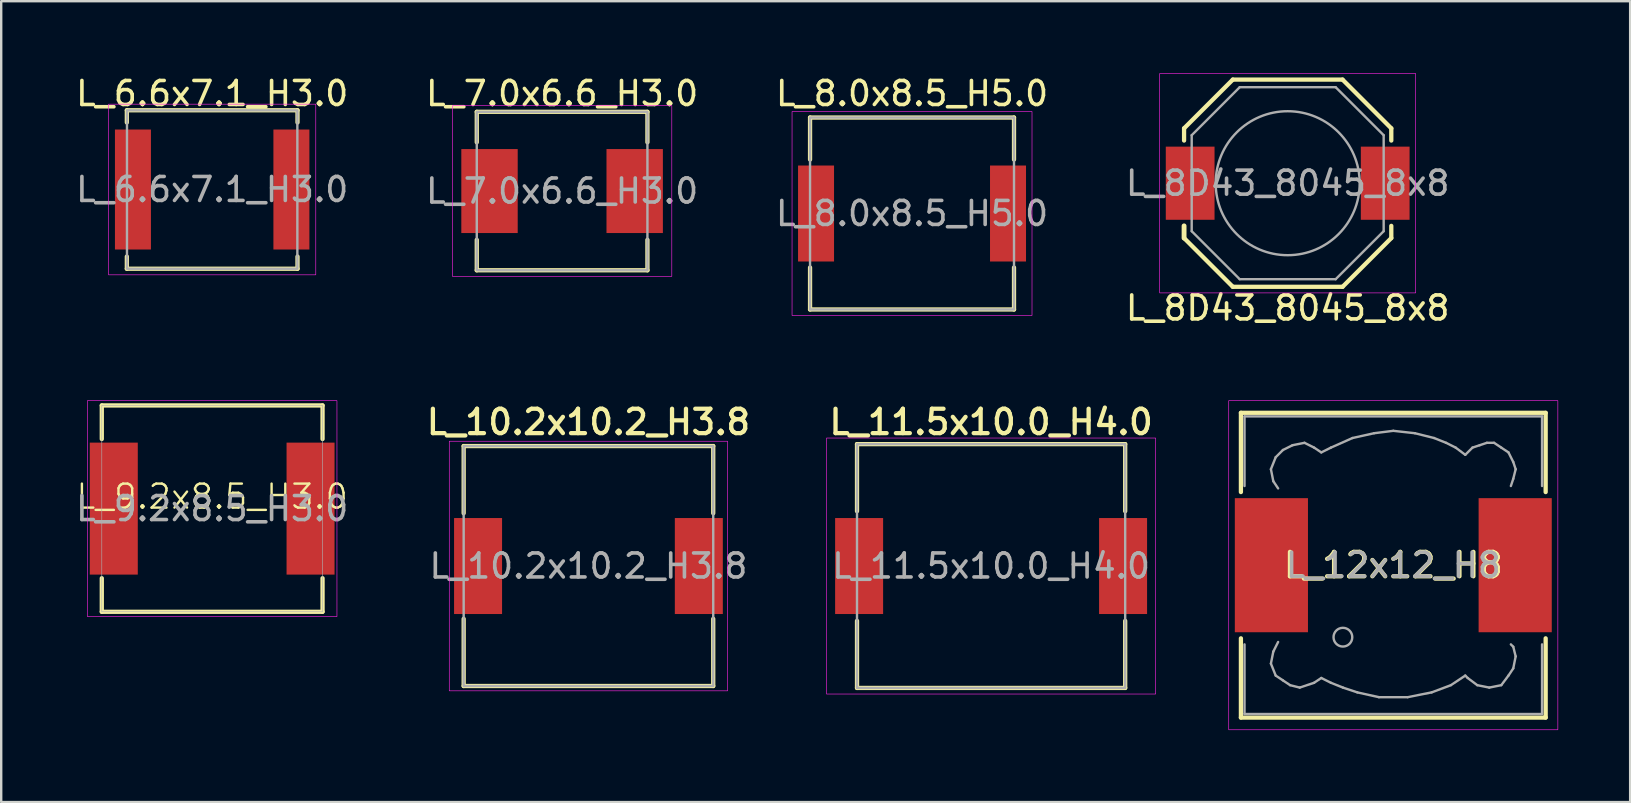
<source format=kicad_pcb>
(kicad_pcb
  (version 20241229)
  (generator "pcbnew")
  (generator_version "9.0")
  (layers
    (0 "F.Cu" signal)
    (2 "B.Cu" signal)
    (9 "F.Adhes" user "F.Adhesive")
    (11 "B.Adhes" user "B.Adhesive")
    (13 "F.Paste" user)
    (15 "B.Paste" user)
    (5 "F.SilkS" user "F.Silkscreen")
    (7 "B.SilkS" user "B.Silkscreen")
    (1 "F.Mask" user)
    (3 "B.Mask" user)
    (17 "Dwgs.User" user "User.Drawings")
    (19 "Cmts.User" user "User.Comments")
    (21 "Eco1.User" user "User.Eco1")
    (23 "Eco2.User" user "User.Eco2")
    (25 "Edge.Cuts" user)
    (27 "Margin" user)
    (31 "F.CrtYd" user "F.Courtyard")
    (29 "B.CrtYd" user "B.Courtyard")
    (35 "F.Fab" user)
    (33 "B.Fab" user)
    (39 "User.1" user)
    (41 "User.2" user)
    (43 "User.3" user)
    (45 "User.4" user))
  (footprint "L_8D43_8045_8x8"
    (layer "F.Cu")
    (at 50.613 4.585)
    (property "Reference" "L_8D43_8045_8x8" (at 0 5.2 0) (layer "F.SilkS") (effects (font (size 1 1) (thickness 0.15))))
    (attr smd)
    (fp_line (start -4.318 -2.286) (end -4.318 -1.778) (stroke (width 0.178) (type solid)) (layer "F.SilkS"))
    (fp_line (start -4.318 1.778) (end -4.318 2.286) (stroke (width 0.203) (type solid)) (layer "F.SilkS"))
    (fp_line (start -4.318 2.286) (end -2.286 4.318) (stroke (width 0.178) (type solid)) (layer "F.SilkS"))
    (fp_line (start -2.286 -4.318) (end -4.318 -2.286) (stroke (width 0.178) (type solid)) (layer "F.SilkS"))
    (fp_line (start -2.286 -4.318) (end 2.286 -4.318) (stroke (width 0.178) (type solid)) (layer "F.SilkS"))
    (fp_line (start -2.286 4.318) (end 2.286 4.318) (stroke (width 0.178) (type solid)) (layer "F.SilkS"))
    (fp_line (start 2.286 4.318) (end 4.318 2.286) (stroke (width 0.178) (type solid)) (layer "F.SilkS"))
    (fp_line (start 4.318 -2.286) (end 2.286 -4.318) (stroke (width 0.178) (type solid)) (layer "F.SilkS"))
    (fp_line (start 4.318 -1.778) (end 4.318 -2.286) (stroke (width 0.178) (type solid)) (layer "F.SilkS"))
    (fp_line (start 4.318 1.778) (end 4.318 2.286) (stroke (width 0.178) (type solid)) (layer "F.SilkS"))
    (fp_rect (start -5.334 -4.572) (end 5.334 4.572) (stroke (width 0.025) (type solid)) (fill no) (layer "F.CrtYd"))
    (fp_line (start -4 -2) (end -2 -4) (stroke (width 0.1) (type solid)) (layer "F.Fab"))
    (fp_line (start -4 2) (end -4 -2) (stroke (width 0.1) (type solid)) (layer "F.Fab"))
    (fp_line (start -2 -4) (end 2 -4) (stroke (width 0.1) (type solid)) (layer "F.Fab"))
    (fp_line (start -2 4) (end -4 2) (stroke (width 0.1) (type solid)) (layer "F.Fab"))
    (fp_line (start 2 -4) (end 4 -2) (stroke (width 0.1) (type solid)) (layer "F.Fab"))
    (fp_line (start 2 4) (end -2 4) (stroke (width 0.1) (type solid)) (layer "F.Fab"))
    (fp_line (start 4 -2) (end 4 2) (stroke (width 0.1) (type solid)) (layer "F.Fab"))
    (fp_line (start 4 2) (end 2 4) (stroke (width 0.1) (type solid)) (layer "F.Fab"))
    (fp_circle (center 0 0) (end 0 -3) (stroke (width 0.1) (type solid)) (fill no) (layer "F.Fab"))
    (fp_text user "${REFERENCE}" (at 0 0 0) (layer "F.Fab") (effects (font (size 1 1) (thickness 0.15))))
    (pad "1" smd rect (at -4.064 0) (size 2.032 3.048) (layers "F.Cu" "F.Mask" "F.Paste"))
    (pad "2" smd rect (at 4.064 0) (size 2.032 3.048) (layers "F.Cu" "F.Mask" "F.Paste")))
  (footprint "L_11.5x10.0_H4.0"
    (layer "F.Cu")
    (at 38.253 20.539)
    (property "Reference" "L_11.5x10.0_H4.0" (at 0 -6 0) (layer "F.SilkS") (effects (font (size 1.016 1.016) (thickness 0.178))))
    (attr smd)
    (fp_line (start -5.588 -5.08) (end 5.588 -5.08) (stroke (width 0.178) (type solid)) (layer "F.SilkS"))
    (fp_line (start -5.588 -2.286) (end -5.588 -5.08) (stroke (width 0.178) (type solid)) (layer "F.SilkS"))
    (fp_line (start -5.588 5.08) (end -5.588 2.286) (stroke (width 0.178) (type solid)) (layer "F.SilkS"))
    (fp_line (start 5.588 -5.08) (end 5.588 -2.286) (stroke (width 0.178) (type solid)) (layer "F.SilkS"))
    (fp_line (start 5.588 2.286) (end 5.588 5.08) (stroke (width 0.178) (type solid)) (layer "F.SilkS"))
    (fp_line (start 5.588 5.08) (end -5.588 5.08) (stroke (width 0.178) (type solid)) (layer "F.SilkS"))
    (fp_rect (start -6.858 5.334) (end 6.858 -5.334) (stroke (width 0.025) (type solid)) (fill no) (layer "F.CrtYd"))
    (fp_rect (start -5.588 -5.08) (end 5.588 5.08) (stroke (width 0.1) (type solid)) (fill no) (layer "F.Fab"))
    (fp_text user "${REFERENCE}" (at 0 0 0) (layer "F.Fab") (effects (font (size 1 1) (thickness 0.15))))
    (pad "1" smd rect (at -5.5 0) (size 2 4) (layers "F.Cu" "F.Mask" "F.Paste"))
    (pad "2" smd rect (at 5.5 0) (size 2 4) (layers "F.Cu" "F.Mask" "F.Paste")))
  (footprint "L_6.6x7.1_H3.0"
    (layer "F.Cu")
    (at 5.792 4.848)
    (property "Reference" "L_6.6x7.1_H3.0" (at 0 -4 0) (unlocked yes) (layer "F.SilkS") (effects (font (size 1 1) (thickness 0.15))))
    (attr smd)
    (fp_line (start -3.556 -3.302) (end 3.556 -3.302) (stroke (width 0.178) (type solid)) (layer "F.SilkS"))
    (fp_line (start -3.556 -2.794) (end -3.556 -3.302) (stroke (width 0.178) (type solid)) (layer "F.SilkS"))
    (fp_line (start -3.556 3.302) (end -3.556 2.794) (stroke (width 0.178) (type solid)) (layer "F.SilkS"))
    (fp_line (start 3.556 -3.302) (end 3.556 -2.794) (stroke (width 0.178) (type solid)) (layer "F.SilkS"))
    (fp_line (start 3.556 2.794) (end 3.556 3.302) (stroke (width 0.178) (type solid)) (layer "F.SilkS"))
    (fp_line (start 3.556 3.302) (end -3.556 3.302) (stroke (width 0.178) (type solid)) (layer "F.SilkS"))
    (fp_rect (start -4.318 -3.556) (end 4.318 3.556) (stroke (width 0.025) (type solid)) (fill no) (layer "F.CrtYd"))
    (fp_rect (start -3.55 -3.3) (end 3.55 3.3) (stroke (width 0.1) (type solid)) (fill no) (layer "F.Fab"))
    (fp_text user "${REFERENCE}" (at 0 0 0) (unlocked yes) (layer "F.Fab") (effects (font (size 1 1) (thickness 0.15))))
    (pad "1" smd rect (at -3.302 0) (size 1.5 5) (layers "F.Cu" "F.Mask" "F.Paste"))
    (pad "2" smd rect (at 3.302 0) (size 1.5 5) (layers "F.Cu" "F.Mask" "F.Paste")))
  (footprint "L_10.2x10.2_H3.8"
    (layer "F.Cu")
    (at 21.473 20.539)
    (property "Reference" "L_10.2x10.2_H3.8" (at 0 -6 0) (layer "F.SilkS") (effects (font (size 1.016 1.016) (thickness 0.178))))
    (attr smd)
    (fp_line (start -5.2 -2.2) (end -5.2 -5) (stroke (width 0.178) (type solid)) (layer "F.SilkS"))
    (fp_line (start -5.2 2.2) (end -5.2 5) (stroke (width 0.178) (type solid)) (layer "F.SilkS"))
    (fp_line (start 5.2 -5) (end -5.2 -5) (stroke (width 0.178) (type solid)) (layer "F.SilkS"))
    (fp_line (start 5.2 -2.2) (end 5.2 -5) (stroke (width 0.178) (type solid)) (layer "F.SilkS"))
    (fp_line (start 5.2 2.2) (end 5.2 5) (stroke (width 0.178) (type solid)) (layer "F.SilkS"))
    (fp_line (start 5.2 5) (end -5.2 5) (stroke (width 0.178) (type solid)) (layer "F.SilkS"))
    (fp_rect (start -5.8 5.2) (end 5.8 -5.2) (stroke (width 0.025) (type solid)) (fill no) (layer "F.CrtYd"))
    (fp_rect (start -5.2 -5) (end 5.2 5) (stroke (width 0.1) (type solid)) (fill no) (layer "F.Fab"))
    (fp_text user "${REFERENCE}" (at 0 0 0) (layer "F.Fab") (effects (font (size 1 1) (thickness 0.15))))
    (pad "1" smd rect (at -4.6 0) (size 2 4) (layers "F.Cu" "F.Mask" "F.Paste"))
    (pad "2" smd rect (at 4.6 0) (size 2 4) (layers "F.Cu" "F.Mask" "F.Paste")))
  (footprint "L_12x12_H8"
    (layer "F.Cu")
    (at 55.014 20.504)
    (property "Reference" "L_12x12_H8" (at 0 0 0) (layer "F.SilkS") (effects (font (size 1.016 1.016) (thickness 0.178))))
    (attr smd)
    (fp_line (start -6.35 -3.048) (end -6.35 -6.35) (stroke (width 0.178) (type solid)) (layer "F.SilkS"))
    (fp_line (start -6.35 3.048) (end -6.35 6.35) (stroke (width 0.178) (type solid)) (layer "F.SilkS"))
    (fp_line (start 6.35 -6.35) (end -6.35 -6.35) (stroke (width 0.178) (type solid)) (layer "F.SilkS"))
    (fp_line (start 6.35 -3.048) (end 6.35 -6.35) (stroke (width 0.178) (type solid)) (layer "F.SilkS"))
    (fp_line (start 6.35 3.048) (end 6.35 6.35) (stroke (width 0.178) (type solid)) (layer "F.SilkS"))
    (fp_line (start 6.35 6.35) (end -6.35 6.35) (stroke (width 0.178) (type solid)) (layer "F.SilkS"))
    (fp_rect (start -6.858 6.858) (end 6.858 -6.858) (stroke (width 0.025) (type solid)) (fill no) (layer "F.CrtYd"))
    (fp_line (start -6.2 -6.2) (end -6.2 -3.3) (stroke (width 0.1) (type solid)) (layer "F.Fab"))
    (fp_line (start -6.2 3.3) (end -6.2 6.2) (stroke (width 0.1) (type solid)) (layer "F.Fab"))
    (fp_line (start -6.2 6.2) (end 6.2 6.2) (stroke (width 0.1) (type solid)) (layer "F.Fab"))
    (fp_line (start -5.1 -4) (end -5 -3.5) (stroke (width 0.1) (type solid)) (layer "F.Fab"))
    (fp_line (start -5.1 4.1) (end -5 3.6) (stroke (width 0.1) (type solid)) (layer "F.Fab"))
    (fp_line (start -5 -3.5) (end -4.8 -3.2) (stroke (width 0.1) (type solid)) (layer "F.Fab"))
    (fp_line (start -5 3.6) (end -4.8 3.2) (stroke (width 0.1) (type solid)) (layer "F.Fab"))
    (fp_line (start -4.9 -4.5) (end -5.1 -4) (stroke (width 0.1) (type solid)) (layer "F.Fab"))
    (fp_line (start -4.9 4.6) (end -5.1 4.1) (stroke (width 0.1) (type solid)) (layer "F.Fab"))
    (fp_line (start -4.6 -4.8) (end -4.9 -4.5) (stroke (width 0.1) (type solid)) (layer "F.Fab"))
    (fp_line (start -4.6 4.8) (end -4.9 4.6) (stroke (width 0.1) (type solid)) (layer "F.Fab"))
    (fp_line (start -4.3 5) (end -4.6 4.8) (stroke (width 0.1) (type solid)) (layer "F.Fab"))
    (fp_line (start -4.2 -5) (end -4.6 -4.8) (stroke (width 0.1) (type solid)) (layer "F.Fab"))
    (fp_line (start -3.9 5.1) (end -4.3 5) (stroke (width 0.1) (type solid)) (layer "F.Fab"))
    (fp_line (start -3.7 -5.1) (end -4.2 -5) (stroke (width 0.1) (type solid)) (layer "F.Fab"))
    (fp_line (start -3.3 -4.9) (end -3.7 -5.1) (stroke (width 0.1) (type solid)) (layer "F.Fab"))
    (fp_line (start -3.3 4.9) (end -3.9 5.1) (stroke (width 0.1) (type solid)) (layer "F.Fab"))
    (fp_line (start -3 -4.7) (end -3.3 -4.9) (stroke (width 0.1) (type solid)) (layer "F.Fab"))
    (fp_line (start -3 4.7) (end -3.3 4.9) (stroke (width 0.1) (type solid)) (layer "F.Fab"))
    (fp_line (start -2.6 -4.9) (end -3 -4.7) (stroke (width 0.1) (type solid)) (layer "F.Fab"))
    (fp_line (start -2.6 4.9) (end -3 4.7) (stroke (width 0.1) (type solid)) (layer "F.Fab"))
    (fp_line (start -2.1 5.1) (end -2.6 4.9) (stroke (width 0.1) (type solid)) (layer "F.Fab"))
    (fp_line (start -1.7 -5.3) (end -2.6 -4.9) (stroke (width 0.1) (type solid)) (layer "F.Fab"))
    (fp_line (start -1.5 5.3) (end -2.1 5.1) (stroke (width 0.1) (type solid)) (layer "F.Fab"))
    (fp_line (start -0.8 -5.5) (end -1.7 -5.3) (stroke (width 0.1) (type solid)) (layer "F.Fab"))
    (fp_line (start -0.6 5.5) (end -1.5 5.3) (stroke (width 0.1) (type solid)) (layer "F.Fab"))
    (fp_line (start 0 -5.6) (end -0.8 -5.5) (stroke (width 0.1) (type solid)) (layer "F.Fab"))
    (fp_line (start 0.6 5.5) (end -0.6 5.5) (stroke (width 0.1) (type solid)) (layer "F.Fab"))
    (fp_line (start 0.9 -5.5) (end 0 -5.6) (stroke (width 0.1) (type solid)) (layer "F.Fab"))
    (fp_line (start 1.6 5.3) (end 0.6 5.5) (stroke (width 0.1) (type solid)) (layer "F.Fab"))
    (fp_line (start 1.7 -5.3) (end 0.9 -5.5) (stroke (width 0.1) (type solid)) (layer "F.Fab"))
    (fp_line (start 2.2 -5.1) (end 1.7 -5.3) (stroke (width 0.1) (type solid)) (layer "F.Fab"))
    (fp_line (start 2.4 5) (end 1.6 5.3) (stroke (width 0.1) (type solid)) (layer "F.Fab"))
    (fp_line (start 2.6 -4.9) (end 2.2 -5.1) (stroke (width 0.1) (type solid)) (layer "F.Fab"))
    (fp_line (start 3 -4.6) (end 2.6 -4.9) (stroke (width 0.1) (type solid)) (layer "F.Fab"))
    (fp_line (start 3 4.6) (end 2.4 5) (stroke (width 0.1) (type solid)) (layer "F.Fab"))
    (fp_line (start 3.1 4.7) (end 3 4.6) (stroke (width 0.1) (type solid)) (layer "F.Fab"))
    (fp_line (start 3.3 -4.9) (end 3 -4.6) (stroke (width 0.1) (type solid)) (layer "F.Fab"))
    (fp_line (start 3.5 5) (end 3.1 4.7) (stroke (width 0.1) (type solid)) (layer "F.Fab"))
    (fp_line (start 3.6 -5) (end 3.3 -4.9) (stroke (width 0.1) (type solid)) (layer "F.Fab"))
    (fp_line (start 3.9 -5.1) (end 3.6 -5) (stroke (width 0.1) (type solid)) (layer "F.Fab"))
    (fp_line (start 4 5.1) (end 3.5 5) (stroke (width 0.1) (type solid)) (layer "F.Fab"))
    (fp_line (start 4.2 -5.1) (end 3.9 -5.1) (stroke (width 0.1) (type solid)) (layer "F.Fab"))
    (fp_line (start 4.5 -4.9) (end 4.2 -5.1) (stroke (width 0.1) (type solid)) (layer "F.Fab"))
    (fp_line (start 4.5 5) (end 4 5.1) (stroke (width 0.1) (type solid)) (layer "F.Fab"))
    (fp_line (start 4.8 -4.7) (end 4.5 -4.9) (stroke (width 0.1) (type solid)) (layer "F.Fab"))
    (fp_line (start 4.8 4.6) (end 4.5 5) (stroke (width 0.1) (type solid)) (layer "F.Fab"))
    (fp_line (start 4.9 -3.3) (end 5 -3.6) (stroke (width 0.1) (type solid)) (layer "F.Fab"))
    (fp_line (start 4.9 3.3) (end 5 3.4) (stroke (width 0.1) (type solid)) (layer "F.Fab"))
    (fp_line (start 5 -4.3) (end 4.8 -4.7) (stroke (width 0.1) (type solid)) (layer "F.Fab"))
    (fp_line (start 5 -3.6) (end 5.1 -4) (stroke (width 0.1) (type solid)) (layer "F.Fab"))
    (fp_line (start 5 3.4) (end 5.1 3.8) (stroke (width 0.1) (type solid)) (layer "F.Fab"))
    (fp_line (start 5 4.3) (end 4.8 4.6) (stroke (width 0.1) (type solid)) (layer "F.Fab"))
    (fp_line (start 5.1 -4) (end 5 -4.3) (stroke (width 0.1) (type solid)) (layer "F.Fab"))
    (fp_line (start 5.1 3.8) (end 5 4.3) (stroke (width 0.1) (type solid)) (layer "F.Fab"))
    (fp_line (start 6.2 -6.2) (end -6.2 -6.2) (stroke (width 0.1) (type solid)) (layer "F.Fab"))
    (fp_line (start 6.2 -6.2) (end 6.2 -3.3) (stroke (width 0.1) (type solid)) (layer "F.Fab"))
    (fp_line (start 6.2 6.2) (end 6.2 3.3) (stroke (width 0.1) (type solid)) (layer "F.Fab"))
    (fp_circle (center -2.1 3) (end -1.8 3.25) (stroke (width 0.1) (type solid)) (fill no) (layer "F.Fab"))
    (fp_text user "${REFERENCE}" (at 0 0 0) (layer "F.Fab") (effects (font (size 1 1) (thickness 0.15))))
    (pad "1" smd rect (at -5.08 0) (size 3.048 5.588) (layers "F.Cu" "F.Mask" "F.Paste"))
    (pad "2" smd rect (at 5.08 0) (size 3.048 5.588) (layers "F.Cu" "F.Mask" "F.Paste")))
  (footprint "L_7.0x6.6_H3.0"
    (layer "F.Cu")
    (at 20.375 4.912)
    (property "Reference" "L_7.0x6.6_H3.0" (at 0 -4.064 0) (unlocked yes) (layer "F.SilkS") (effects (font (size 1 1) (thickness 0.15))))
    (attr smd)
    (fp_line (start -3.556 -3.302) (end 3.556 -3.302) (stroke (width 0.178) (type solid)) (layer "F.SilkS"))
    (fp_line (start -3.556 -2.032) (end -3.556 -3.302) (stroke (width 0.178) (type solid)) (layer "F.SilkS"))
    (fp_line (start -3.556 3.302) (end -3.556 2.032) (stroke (width 0.178) (type solid)) (layer "F.SilkS"))
    (fp_line (start 3.556 -3.302) (end 3.556 -2.032) (stroke (width 0.178) (type solid)) (layer "F.SilkS"))
    (fp_line (start 3.556 2.032) (end 3.556 3.302) (stroke (width 0.178) (type solid)) (layer "F.SilkS"))
    (fp_line (start 3.556 3.302) (end -3.556 3.302) (stroke (width 0.178) (type solid)) (layer "F.SilkS"))
    (fp_rect (start -4.572 -3.556) (end 4.572 3.556) (stroke (width 0.025) (type solid)) (fill no) (layer "F.CrtYd"))
    (fp_rect (start -3.556 -3.302) (end 3.556 3.302) (stroke (width 0.1) (type solid)) (fill no) (layer "F.Fab"))
    (fp_text user "${REFERENCE}" (at 0 0 0) (unlocked yes) (layer "F.Fab") (effects (font (size 1 1) (thickness 0.15))))
    (pad "1" smd rect (at -3.025 0) (size 2.35 3.5) (layers "F.Cu" "F.Mask" "F.Paste"))
    (pad "2" smd rect (at 3.025 0) (size 2.35 3.5) (layers "F.Cu" "F.Mask" "F.Paste")))
  (footprint "L_8.0x8.5_H5.0"
    (layer "F.Cu")
    (at 34.958 5.848)
    (property "Reference" "L_8.0x8.5_H5.0" (at 0 -5 0) (unlocked yes) (layer "F.SilkS") (effects (font (size 1 1) (thickness 0.15))))
    (attr smd)
    (fp_line (start -4.25 -4) (end -4.25 -2.25) (stroke (width 0.178) (type solid)) (layer "F.SilkS"))
    (fp_line (start -4.25 -4) (end 4.25 -4) (stroke (width 0.178) (type solid)) (layer "F.SilkS"))
    (fp_line (start -4.25 2.25) (end -4.25 4) (stroke (width 0.178) (type solid)) (layer "F.SilkS"))
    (fp_line (start 4.25 -4) (end 4.25 -2.25) (stroke (width 0.178) (type solid)) (layer "F.SilkS"))
    (fp_line (start 4.25 2.25) (end 4.25 4) (stroke (width 0.178) (type solid)) (layer "F.SilkS"))
    (fp_line (start 4.25 4) (end -4.25 4) (stroke (width 0.178) (type solid)) (layer "F.SilkS"))
    (fp_rect (start -5 -4.25) (end 5 4.25) (stroke (width 0.025) (type solid)) (fill no) (layer "F.CrtYd"))
    (fp_rect (start -4.25 -4) (end 4.25 4) (stroke (width 0.1) (type solid)) (fill no) (layer "F.Fab"))
    (fp_text user "${REFERENCE}" (at 0 0 0) (unlocked yes) (layer "F.Fab") (effects (font (size 1 1) (thickness 0.15))))
    (pad "1" smd rect (at -4 0) (size 1.5 4) (layers "F.Cu" "F.Mask" "F.Paste"))
    (pad "2" smd rect (at 4 0) (size 1.5 4) (layers "F.Cu" "F.Mask" "F.Paste")))
  (footprint "L_9.2x8.5_H3.0"
    (layer "F.Cu")
    (at 5.792 18.146)
    (property "Reference" "L_9.2x8.5_H3.0" (at 0 -0.5 0) (unlocked yes) (layer "F.SilkS") (effects (font (size 1 1) (thickness 0.1))))
    (attr smd)
    (fp_line (start -4.6 -4.3) (end -4.6 -2.9) (stroke (width 0.178) (type default)) (layer "F.SilkS"))
    (fp_line (start -4.6 2.9) (end -4.6 4.3) (stroke (width 0.178) (type default)) (layer "F.SilkS"))
    (fp_line (start -4.6 4.3) (end 4.6 4.3) (stroke (width 0.178) (type default)) (layer "F.SilkS"))
    (fp_line (start 4.6 -4.3) (end -4.6 -4.3) (stroke (width 0.178) (type default)) (layer "F.SilkS"))
    (fp_line (start 4.6 -2.9) (end 4.6 -4.3) (stroke (width 0.178) (type default)) (layer "F.SilkS"))
    (fp_line (start 4.6 4.3) (end 4.6 2.9) (stroke (width 0.178) (type default)) (layer "F.SilkS"))
    (fp_rect (start -5.2 -4.5) (end 5.2 4.5) (stroke (width 0.025) (type default)) (fill no) (layer "F.CrtYd"))
    (fp_rect (start -4.6 -4.3) (end 4.6 4.3) (stroke (width 0.025) (type default)) (fill no) (layer "F.Fab"))
    (fp_text user "${REFERENCE}" (at 0 0 0) (unlocked yes) (layer "F.Fab") (effects (font (size 1 1) (thickness 0.15))))
    (pad "1" smd rect (at -4.1 0) (size 2 5.5) (layers "F.Cu" "F.Mask" "F.Paste"))
    (pad "2" smd rect (at 4.1 0) (size 2 5.5) (layers "F.Cu" "F.Mask" "F.Paste")))
  (gr_rect
    (start -3 -3)
    (end 64.885 30.374)
    (stroke (width 0.1) (type default))
    (fill no)
    (layer "Edge.Cuts")))
</source>
